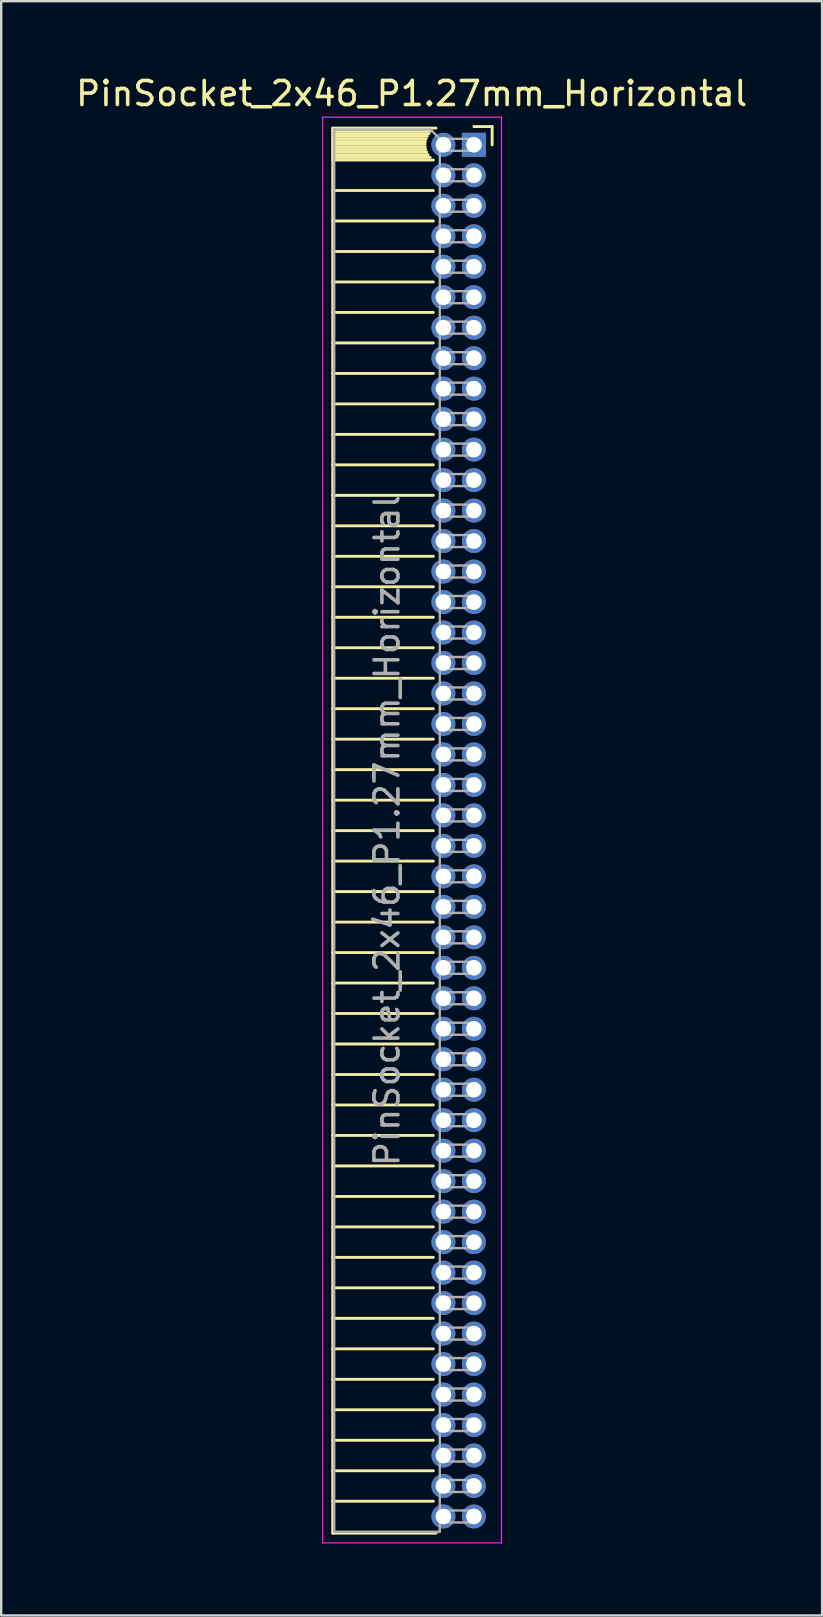
<source format=kicad_pcb>
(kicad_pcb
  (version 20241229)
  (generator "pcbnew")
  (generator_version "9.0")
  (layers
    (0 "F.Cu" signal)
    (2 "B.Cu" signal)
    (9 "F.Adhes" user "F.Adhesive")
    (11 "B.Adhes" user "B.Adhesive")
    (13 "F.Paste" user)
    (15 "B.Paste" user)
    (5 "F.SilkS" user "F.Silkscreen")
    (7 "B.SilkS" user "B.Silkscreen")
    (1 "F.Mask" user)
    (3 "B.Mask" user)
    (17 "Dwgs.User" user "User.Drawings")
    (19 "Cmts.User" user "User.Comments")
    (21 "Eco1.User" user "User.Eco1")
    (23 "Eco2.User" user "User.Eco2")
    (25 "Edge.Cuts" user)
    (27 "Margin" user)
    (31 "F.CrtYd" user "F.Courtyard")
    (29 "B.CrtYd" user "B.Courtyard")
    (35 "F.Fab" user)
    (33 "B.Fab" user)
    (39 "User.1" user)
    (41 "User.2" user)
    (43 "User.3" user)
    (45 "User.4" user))
  (footprint "PinSocket_2x46_P1.27mm_Horizontal"
    (layer "F.Cu")
    (at 16.694 2.983)
    (property "Reference" "PinSocket_2x46_P1.27mm_Horizontal" (at -2.592 -2.135 0) (layer "F.SilkS") (effects (font (size 1 1) (thickness 0.15))))
    (attr through_hole)
    (fp_line (start -5.88 -0.695) (end -5.88 57.845) (stroke (width 0.12) (type solid)) (layer "F.SilkS"))
    (fp_line (start -5.88 -0.695) (end -1.578 -0.695) (stroke (width 0.12) (type solid)) (layer "F.SilkS"))
    (fp_line (start -5.88 -0.575) (end -1.767 -0.575) (stroke (width 0.12) (type solid)) (layer "F.SilkS"))
    (fp_line (start -5.88 -0.465) (end -1.871 -0.465) (stroke (width 0.12) (type solid)) (layer "F.SilkS"))
    (fp_line (start -5.88 -0.355) (end -1.942 -0.355) (stroke (width 0.12) (type solid)) (layer "F.SilkS"))
    (fp_line (start -5.88 -0.245) (end -1.989 -0.245) (stroke (width 0.12) (type solid)) (layer "F.SilkS"))
    (fp_line (start -5.88 -0.135) (end -2.018 -0.135) (stroke (width 0.12) (type solid)) (layer "F.SilkS"))
    (fp_line (start -5.88 -0.025) (end -2.03 -0.025) (stroke (width 0.12) (type solid)) (layer "F.SilkS"))
    (fp_line (start -5.88 0.085) (end -2.025 0.085) (stroke (width 0.12) (type solid)) (layer "F.SilkS"))
    (fp_line (start -5.88 0.195) (end -2.005 0.195) (stroke (width 0.12) (type solid)) (layer "F.SilkS"))
    (fp_line (start -5.88 0.305) (end -1.966 0.305) (stroke (width 0.12) (type solid)) (layer "F.SilkS"))
    (fp_line (start -5.88 0.415) (end -1.907 0.415) (stroke (width 0.12) (type solid)) (layer "F.SilkS"))
    (fp_line (start -5.88 0.525) (end -1.82 0.525) (stroke (width 0.12) (type solid)) (layer "F.SilkS"))
    (fp_line (start -5.88 0.635) (end -1.688 0.635) (stroke (width 0.12) (type solid)) (layer "F.SilkS"))
    (fp_line (start -5.88 1.905) (end -1.688 1.905) (stroke (width 0.12) (type solid)) (layer "F.SilkS"))
    (fp_line (start -5.88 3.175) (end -1.688 3.175) (stroke (width 0.12) (type solid)) (layer "F.SilkS"))
    (fp_line (start -5.88 4.445) (end -1.688 4.445) (stroke (width 0.12) (type solid)) (layer "F.SilkS"))
    (fp_line (start -5.88 5.715) (end -1.688 5.715) (stroke (width 0.12) (type solid)) (layer "F.SilkS"))
    (fp_line (start -5.88 6.985) (end -1.688 6.985) (stroke (width 0.12) (type solid)) (layer "F.SilkS"))
    (fp_line (start -5.88 8.255) (end -1.688 8.255) (stroke (width 0.12) (type solid)) (layer "F.SilkS"))
    (fp_line (start -5.88 9.525) (end -1.688 9.525) (stroke (width 0.12) (type solid)) (layer "F.SilkS"))
    (fp_line (start -5.88 10.795) (end -1.688 10.795) (stroke (width 0.12) (type solid)) (layer "F.SilkS"))
    (fp_line (start -5.88 12.065) (end -1.688 12.065) (stroke (width 0.12) (type solid)) (layer "F.SilkS"))
    (fp_line (start -5.88 13.335) (end -1.688 13.335) (stroke (width 0.12) (type solid)) (layer "F.SilkS"))
    (fp_line (start -5.88 14.605) (end -1.688 14.605) (stroke (width 0.12) (type solid)) (layer "F.SilkS"))
    (fp_line (start -5.88 15.875) (end -1.688 15.875) (stroke (width 0.12) (type solid)) (layer "F.SilkS"))
    (fp_line (start -5.88 17.145) (end -1.688 17.145) (stroke (width 0.12) (type solid)) (layer "F.SilkS"))
    (fp_line (start -5.88 18.415) (end -1.688 18.415) (stroke (width 0.12) (type solid)) (layer "F.SilkS"))
    (fp_line (start -5.88 19.685) (end -1.688 19.685) (stroke (width 0.12) (type solid)) (layer "F.SilkS"))
    (fp_line (start -5.88 20.955) (end -1.688 20.955) (stroke (width 0.12) (type solid)) (layer "F.SilkS"))
    (fp_line (start -5.88 22.225) (end -1.688 22.225) (stroke (width 0.12) (type solid)) (layer "F.SilkS"))
    (fp_line (start -5.88 23.495) (end -1.688 23.495) (stroke (width 0.12) (type solid)) (layer "F.SilkS"))
    (fp_line (start -5.88 24.765) (end -1.688 24.765) (stroke (width 0.12) (type solid)) (layer "F.SilkS"))
    (fp_line (start -5.88 26.035) (end -1.688 26.035) (stroke (width 0.12) (type solid)) (layer "F.SilkS"))
    (fp_line (start -5.88 27.305) (end -1.688 27.305) (stroke (width 0.12) (type solid)) (layer "F.SilkS"))
    (fp_line (start -5.88 28.575) (end -1.688 28.575) (stroke (width 0.12) (type solid)) (layer "F.SilkS"))
    (fp_line (start -5.88 29.845) (end -1.688 29.845) (stroke (width 0.12) (type solid)) (layer "F.SilkS"))
    (fp_line (start -5.88 31.115) (end -1.688 31.115) (stroke (width 0.12) (type solid)) (layer "F.SilkS"))
    (fp_line (start -5.88 32.385) (end -1.688 32.385) (stroke (width 0.12) (type solid)) (layer "F.SilkS"))
    (fp_line (start -5.88 33.655) (end -1.688 33.655) (stroke (width 0.12) (type solid)) (layer "F.SilkS"))
    (fp_line (start -5.88 34.925) (end -1.688 34.925) (stroke (width 0.12) (type solid)) (layer "F.SilkS"))
    (fp_line (start -5.88 36.195) (end -1.688 36.195) (stroke (width 0.12) (type solid)) (layer "F.SilkS"))
    (fp_line (start -5.88 37.465) (end -1.688 37.465) (stroke (width 0.12) (type solid)) (layer "F.SilkS"))
    (fp_line (start -5.88 38.735) (end -1.688 38.735) (stroke (width 0.12) (type solid)) (layer "F.SilkS"))
    (fp_line (start -5.88 40.005) (end -1.688 40.005) (stroke (width 0.12) (type solid)) (layer "F.SilkS"))
    (fp_line (start -5.88 41.275) (end -1.688 41.275) (stroke (width 0.12) (type solid)) (layer "F.SilkS"))
    (fp_line (start -5.88 42.545) (end -1.688 42.545) (stroke (width 0.12) (type solid)) (layer "F.SilkS"))
    (fp_line (start -5.88 43.815) (end -1.688 43.815) (stroke (width 0.12) (type solid)) (layer "F.SilkS"))
    (fp_line (start -5.88 45.085) (end -1.688 45.085) (stroke (width 0.12) (type solid)) (layer "F.SilkS"))
    (fp_line (start -5.88 46.355) (end -1.688 46.355) (stroke (width 0.12) (type solid)) (layer "F.SilkS"))
    (fp_line (start -5.88 47.625) (end -1.688 47.625) (stroke (width 0.12) (type solid)) (layer "F.SilkS"))
    (fp_line (start -5.88 48.895) (end -1.688 48.895) (stroke (width 0.12) (type solid)) (layer "F.SilkS"))
    (fp_line (start -5.88 50.165) (end -1.688 50.165) (stroke (width 0.12) (type solid)) (layer "F.SilkS"))
    (fp_line (start -5.88 51.435) (end -1.688 51.435) (stroke (width 0.12) (type solid)) (layer "F.SilkS"))
    (fp_line (start -5.88 52.705) (end -1.688 52.705) (stroke (width 0.12) (type solid)) (layer "F.SilkS"))
    (fp_line (start -5.88 53.975) (end -1.688 53.975) (stroke (width 0.12) (type solid)) (layer "F.SilkS"))
    (fp_line (start -5.88 55.245) (end -1.688 55.245) (stroke (width 0.12) (type solid)) (layer "F.SilkS"))
    (fp_line (start -5.88 56.515) (end -1.688 56.515) (stroke (width 0.12) (type solid)) (layer "F.SilkS"))
    (fp_line (start -5.88 57.845) (end -1.578 57.845) (stroke (width 0.12) (type solid)) (layer "F.SilkS"))
    (fp_line (start 0 -0.76) (end 0.76 -0.76) (stroke (width 0.12) (type solid)) (layer "F.SilkS"))
    (fp_line (start 0.76 -0.76) (end 0.76 0) (stroke (width 0.12) (type solid)) (layer "F.SilkS"))
    (fp_line (start -6.3 -1.15) (end -6.3 58.25) (stroke (width 0.05) (type solid)) (layer "F.CrtYd"))
    (fp_line (start -6.3 58.25) (end 1.15 58.25) (stroke (width 0.05) (type solid)) (layer "F.CrtYd"))
    (fp_line (start 1.15 -1.15) (end -6.3 -1.15) (stroke (width 0.05) (type solid)) (layer "F.CrtYd"))
    (fp_line (start 1.15 58.25) (end 1.15 -1.15) (stroke (width 0.05) (type solid)) (layer "F.CrtYd"))
    (fp_line (start -5.82 -0.635) (end -1.805 -0.635) (stroke (width 0.1) (type solid)) (layer "F.Fab"))
    (fp_line (start -5.82 57.785) (end -5.82 -0.635) (stroke (width 0.1) (type solid)) (layer "F.Fab"))
    (fp_line (start -1.805 -0.635) (end -1.42 -0.25) (stroke (width 0.1) (type solid)) (layer "F.Fab"))
    (fp_line (start -1.42 -0.25) (end -1.42 57.785) (stroke (width 0.1) (type solid)) (layer "F.Fab"))
    (fp_line (start -1.42 0.25) (end 0 0.25) (stroke (width 0.1) (type solid)) (layer "F.Fab"))
    (fp_line (start -1.42 1.52) (end 0 1.52) (stroke (width 0.1) (type solid)) (layer "F.Fab"))
    (fp_line (start -1.42 2.79) (end 0 2.79) (stroke (width 0.1) (type solid)) (layer "F.Fab"))
    (fp_line (start -1.42 4.06) (end 0 4.06) (stroke (width 0.1) (type solid)) (layer "F.Fab"))
    (fp_line (start -1.42 5.33) (end 0 5.33) (stroke (width 0.1) (type solid)) (layer "F.Fab"))
    (fp_line (start -1.42 6.6) (end 0 6.6) (stroke (width 0.1) (type solid)) (layer "F.Fab"))
    (fp_line (start -1.42 7.87) (end 0 7.87) (stroke (width 0.1) (type solid)) (layer "F.Fab"))
    (fp_line (start -1.42 9.14) (end 0 9.14) (stroke (width 0.1) (type solid)) (layer "F.Fab"))
    (fp_line (start -1.42 10.41) (end 0 10.41) (stroke (width 0.1) (type solid)) (layer "F.Fab"))
    (fp_line (start -1.42 11.68) (end 0 11.68) (stroke (width 0.1) (type solid)) (layer "F.Fab"))
    (fp_line (start -1.42 12.95) (end 0 12.95) (stroke (width 0.1) (type solid)) (layer "F.Fab"))
    (fp_line (start -1.42 14.22) (end 0 14.22) (stroke (width 0.1) (type solid)) (layer "F.Fab"))
    (fp_line (start -1.42 15.49) (end 0 15.49) (stroke (width 0.1) (type solid)) (layer "F.Fab"))
    (fp_line (start -1.42 16.76) (end 0 16.76) (stroke (width 0.1) (type solid)) (layer "F.Fab"))
    (fp_line (start -1.42 18.03) (end 0 18.03) (stroke (width 0.1) (type solid)) (layer "F.Fab"))
    (fp_line (start -1.42 19.3) (end 0 19.3) (stroke (width 0.1) (type solid)) (layer "F.Fab"))
    (fp_line (start -1.42 20.57) (end 0 20.57) (stroke (width 0.1) (type solid)) (layer "F.Fab"))
    (fp_line (start -1.42 21.84) (end 0 21.84) (stroke (width 0.1) (type solid)) (layer "F.Fab"))
    (fp_line (start -1.42 23.11) (end 0 23.11) (stroke (width 0.1) (type solid)) (layer "F.Fab"))
    (fp_line (start -1.42 24.38) (end 0 24.38) (stroke (width 0.1) (type solid)) (layer "F.Fab"))
    (fp_line (start -1.42 25.65) (end 0 25.65) (stroke (width 0.1) (type solid)) (layer "F.Fab"))
    (fp_line (start -1.42 26.92) (end 0 26.92) (stroke (width 0.1) (type solid)) (layer "F.Fab"))
    (fp_line (start -1.42 28.19) (end 0 28.19) (stroke (width 0.1) (type solid)) (layer "F.Fab"))
    (fp_line (start -1.42 29.46) (end 0 29.46) (stroke (width 0.1) (type solid)) (layer "F.Fab"))
    (fp_line (start -1.42 30.73) (end 0 30.73) (stroke (width 0.1) (type solid)) (layer "F.Fab"))
    (fp_line (start -1.42 32) (end 0 32) (stroke (width 0.1) (type solid)) (layer "F.Fab"))
    (fp_line (start -1.42 33.27) (end 0 33.27) (stroke (width 0.1) (type solid)) (layer "F.Fab"))
    (fp_line (start -1.42 34.54) (end 0 34.54) (stroke (width 0.1) (type solid)) (layer "F.Fab"))
    (fp_line (start -1.42 35.81) (end 0 35.81) (stroke (width 0.1) (type solid)) (layer "F.Fab"))
    (fp_line (start -1.42 37.08) (end 0 37.08) (stroke (width 0.1) (type solid)) (layer "F.Fab"))
    (fp_line (start -1.42 38.35) (end 0 38.35) (stroke (width 0.1) (type solid)) (layer "F.Fab"))
    (fp_line (start -1.42 39.62) (end 0 39.62) (stroke (width 0.1) (type solid)) (layer "F.Fab"))
    (fp_line (start -1.42 40.89) (end 0 40.89) (stroke (width 0.1) (type solid)) (layer "F.Fab"))
    (fp_line (start -1.42 42.16) (end 0 42.16) (stroke (width 0.1) (type solid)) (layer "F.Fab"))
    (fp_line (start -1.42 43.43) (end 0 43.43) (stroke (width 0.1) (type solid)) (layer "F.Fab"))
    (fp_line (start -1.42 44.7) (end 0 44.7) (stroke (width 0.1) (type solid)) (layer "F.Fab"))
    (fp_line (start -1.42 45.97) (end 0 45.97) (stroke (width 0.1) (type solid)) (layer "F.Fab"))
    (fp_line (start -1.42 47.24) (end 0 47.24) (stroke (width 0.1) (type solid)) (layer "F.Fab"))
    (fp_line (start -1.42 48.51) (end 0 48.51) (stroke (width 0.1) (type solid)) (layer "F.Fab"))
    (fp_line (start -1.42 49.78) (end 0 49.78) (stroke (width 0.1) (type solid)) (layer "F.Fab"))
    (fp_line (start -1.42 51.05) (end 0 51.05) (stroke (width 0.1) (type solid)) (layer "F.Fab"))
    (fp_line (start -1.42 52.32) (end 0 52.32) (stroke (width 0.1) (type solid)) (layer "F.Fab"))
    (fp_line (start -1.42 53.59) (end 0 53.59) (stroke (width 0.1) (type solid)) (layer "F.Fab"))
    (fp_line (start -1.42 54.86) (end 0 54.86) (stroke (width 0.1) (type solid)) (layer "F.Fab"))
    (fp_line (start -1.42 56.13) (end 0 56.13) (stroke (width 0.1) (type solid)) (layer "F.Fab"))
    (fp_line (start -1.42 57.4) (end 0 57.4) (stroke (width 0.1) (type solid)) (layer "F.Fab"))
    (fp_line (start -1.42 57.785) (end -5.82 57.785) (stroke (width 0.1) (type solid)) (layer "F.Fab"))
    (fp_line (start 0 -0.25) (end -1.42 -0.25) (stroke (width 0.1) (type solid)) (layer "F.Fab"))
    (fp_line (start 0 0.25) (end 0 -0.25) (stroke (width 0.1) (type solid)) (layer "F.Fab"))
    (fp_line (start 0 1.02) (end -1.42 1.02) (stroke (width 0.1) (type solid)) (layer "F.Fab"))
    (fp_line (start 0 1.52) (end 0 1.02) (stroke (width 0.1) (type solid)) (layer "F.Fab"))
    (fp_line (start 0 2.29) (end -1.42 2.29) (stroke (width 0.1) (type solid)) (layer "F.Fab"))
    (fp_line (start 0 2.79) (end 0 2.29) (stroke (width 0.1) (type solid)) (layer "F.Fab"))
    (fp_line (start 0 3.56) (end -1.42 3.56) (stroke (width 0.1) (type solid)) (layer "F.Fab"))
    (fp_line (start 0 4.06) (end 0 3.56) (stroke (width 0.1) (type solid)) (layer "F.Fab"))
    (fp_line (start 0 4.83) (end -1.42 4.83) (stroke (width 0.1) (type solid)) (layer "F.Fab"))
    (fp_line (start 0 5.33) (end 0 4.83) (stroke (width 0.1) (type solid)) (layer "F.Fab"))
    (fp_line (start 0 6.1) (end -1.42 6.1) (stroke (width 0.1) (type solid)) (layer "F.Fab"))
    (fp_line (start 0 6.6) (end 0 6.1) (stroke (width 0.1) (type solid)) (layer "F.Fab"))
    (fp_line (start 0 7.37) (end -1.42 7.37) (stroke (width 0.1) (type solid)) (layer "F.Fab"))
    (fp_line (start 0 7.87) (end 0 7.37) (stroke (width 0.1) (type solid)) (layer "F.Fab"))
    (fp_line (start 0 8.64) (end -1.42 8.64) (stroke (width 0.1) (type solid)) (layer "F.Fab"))
    (fp_line (start 0 9.14) (end 0 8.64) (stroke (width 0.1) (type solid)) (layer "F.Fab"))
    (fp_line (start 0 9.91) (end -1.42 9.91) (stroke (width 0.1) (type solid)) (layer "F.Fab"))
    (fp_line (start 0 10.41) (end 0 9.91) (stroke (width 0.1) (type solid)) (layer "F.Fab"))
    (fp_line (start 0 11.18) (end -1.42 11.18) (stroke (width 0.1) (type solid)) (layer "F.Fab"))
    (fp_line (start 0 11.68) (end 0 11.18) (stroke (width 0.1) (type solid)) (layer "F.Fab"))
    (fp_line (start 0 12.45) (end -1.42 12.45) (stroke (width 0.1) (type solid)) (layer "F.Fab"))
    (fp_line (start 0 12.95) (end 0 12.45) (stroke (width 0.1) (type solid)) (layer "F.Fab"))
    (fp_line (start 0 13.72) (end -1.42 13.72) (stroke (width 0.1) (type solid)) (layer "F.Fab"))
    (fp_line (start 0 14.22) (end 0 13.72) (stroke (width 0.1) (type solid)) (layer "F.Fab"))
    (fp_line (start 0 14.99) (end -1.42 14.99) (stroke (width 0.1) (type solid)) (layer "F.Fab"))
    (fp_line (start 0 15.49) (end 0 14.99) (stroke (width 0.1) (type solid)) (layer "F.Fab"))
    (fp_line (start 0 16.26) (end -1.42 16.26) (stroke (width 0.1) (type solid)) (layer "F.Fab"))
    (fp_line (start 0 16.76) (end 0 16.26) (stroke (width 0.1) (type solid)) (layer "F.Fab"))
    (fp_line (start 0 17.53) (end -1.42 17.53) (stroke (width 0.1) (type solid)) (layer "F.Fab"))
    (fp_line (start 0 18.03) (end 0 17.53) (stroke (width 0.1) (type solid)) (layer "F.Fab"))
    (fp_line (start 0 18.8) (end -1.42 18.8) (stroke (width 0.1) (type solid)) (layer "F.Fab"))
    (fp_line (start 0 19.3) (end 0 18.8) (stroke (width 0.1) (type solid)) (layer "F.Fab"))
    (fp_line (start 0 20.07) (end -1.42 20.07) (stroke (width 0.1) (type solid)) (layer "F.Fab"))
    (fp_line (start 0 20.57) (end 0 20.07) (stroke (width 0.1) (type solid)) (layer "F.Fab"))
    (fp_line (start 0 21.34) (end -1.42 21.34) (stroke (width 0.1) (type solid)) (layer "F.Fab"))
    (fp_line (start 0 21.84) (end 0 21.34) (stroke (width 0.1) (type solid)) (layer "F.Fab"))
    (fp_line (start 0 22.61) (end -1.42 22.61) (stroke (width 0.1) (type solid)) (layer "F.Fab"))
    (fp_line (start 0 23.11) (end 0 22.61) (stroke (width 0.1) (type solid)) (layer "F.Fab"))
    (fp_line (start 0 23.88) (end -1.42 23.88) (stroke (width 0.1) (type solid)) (layer "F.Fab"))
    (fp_line (start 0 24.38) (end 0 23.88) (stroke (width 0.1) (type solid)) (layer "F.Fab"))
    (fp_line (start 0 25.15) (end -1.42 25.15) (stroke (width 0.1) (type solid)) (layer "F.Fab"))
    (fp_line (start 0 25.65) (end 0 25.15) (stroke (width 0.1) (type solid)) (layer "F.Fab"))
    (fp_line (start 0 26.42) (end -1.42 26.42) (stroke (width 0.1) (type solid)) (layer "F.Fab"))
    (fp_line (start 0 26.92) (end 0 26.42) (stroke (width 0.1) (type solid)) (layer "F.Fab"))
    (fp_line (start 0 27.69) (end -1.42 27.69) (stroke (width 0.1) (type solid)) (layer "F.Fab"))
    (fp_line (start 0 28.19) (end 0 27.69) (stroke (width 0.1) (type solid)) (layer "F.Fab"))
    (fp_line (start 0 28.96) (end -1.42 28.96) (stroke (width 0.1) (type solid)) (layer "F.Fab"))
    (fp_line (start 0 29.46) (end 0 28.96) (stroke (width 0.1) (type solid)) (layer "F.Fab"))
    (fp_line (start 0 30.23) (end -1.42 30.23) (stroke (width 0.1) (type solid)) (layer "F.Fab"))
    (fp_line (start 0 30.73) (end 0 30.23) (stroke (width 0.1) (type solid)) (layer "F.Fab"))
    (fp_line (start 0 31.5) (end -1.42 31.5) (stroke (width 0.1) (type solid)) (layer "F.Fab"))
    (fp_line (start 0 32) (end 0 31.5) (stroke (width 0.1) (type solid)) (layer "F.Fab"))
    (fp_line (start 0 32.77) (end -1.42 32.77) (stroke (width 0.1) (type solid)) (layer "F.Fab"))
    (fp_line (start 0 33.27) (end 0 32.77) (stroke (width 0.1) (type solid)) (layer "F.Fab"))
    (fp_line (start 0 34.04) (end -1.42 34.04) (stroke (width 0.1) (type solid)) (layer "F.Fab"))
    (fp_line (start 0 34.54) (end 0 34.04) (stroke (width 0.1) (type solid)) (layer "F.Fab"))
    (fp_line (start 0 35.31) (end -1.42 35.31) (stroke (width 0.1) (type solid)) (layer "F.Fab"))
    (fp_line (start 0 35.81) (end 0 35.31) (stroke (width 0.1) (type solid)) (layer "F.Fab"))
    (fp_line (start 0 36.58) (end -1.42 36.58) (stroke (width 0.1) (type solid)) (layer "F.Fab"))
    (fp_line (start 0 37.08) (end 0 36.58) (stroke (width 0.1) (type solid)) (layer "F.Fab"))
    (fp_line (start 0 37.85) (end -1.42 37.85) (stroke (width 0.1) (type solid)) (layer "F.Fab"))
    (fp_line (start 0 38.35) (end 0 37.85) (stroke (width 0.1) (type solid)) (layer "F.Fab"))
    (fp_line (start 0 39.12) (end -1.42 39.12) (stroke (width 0.1) (type solid)) (layer "F.Fab"))
    (fp_line (start 0 39.62) (end 0 39.12) (stroke (width 0.1) (type solid)) (layer "F.Fab"))
    (fp_line (start 0 40.39) (end -1.42 40.39) (stroke (width 0.1) (type solid)) (layer "F.Fab"))
    (fp_line (start 0 40.89) (end 0 40.39) (stroke (width 0.1) (type solid)) (layer "F.Fab"))
    (fp_line (start 0 41.66) (end -1.42 41.66) (stroke (width 0.1) (type solid)) (layer "F.Fab"))
    (fp_line (start 0 42.16) (end 0 41.66) (stroke (width 0.1) (type solid)) (layer "F.Fab"))
    (fp_line (start 0 42.93) (end -1.42 42.93) (stroke (width 0.1) (type solid)) (layer "F.Fab"))
    (fp_line (start 0 43.43) (end 0 42.93) (stroke (width 0.1) (type solid)) (layer "F.Fab"))
    (fp_line (start 0 44.2) (end -1.42 44.2) (stroke (width 0.1) (type solid)) (layer "F.Fab"))
    (fp_line (start 0 44.7) (end 0 44.2) (stroke (width 0.1) (type solid)) (layer "F.Fab"))
    (fp_line (start 0 45.47) (end -1.42 45.47) (stroke (width 0.1) (type solid)) (layer "F.Fab"))
    (fp_line (start 0 45.97) (end 0 45.47) (stroke (width 0.1) (type solid)) (layer "F.Fab"))
    (fp_line (start 0 46.74) (end -1.42 46.74) (stroke (width 0.1) (type solid)) (layer "F.Fab"))
    (fp_line (start 0 47.24) (end 0 46.74) (stroke (width 0.1) (type solid)) (layer "F.Fab"))
    (fp_line (start 0 48.01) (end -1.42 48.01) (stroke (width 0.1) (type solid)) (layer "F.Fab"))
    (fp_line (start 0 48.51) (end 0 48.01) (stroke (width 0.1) (type solid)) (layer "F.Fab"))
    (fp_line (start 0 49.28) (end -1.42 49.28) (stroke (width 0.1) (type solid)) (layer "F.Fab"))
    (fp_line (start 0 49.78) (end 0 49.28) (stroke (width 0.1) (type solid)) (layer "F.Fab"))
    (fp_line (start 0 50.55) (end -1.42 50.55) (stroke (width 0.1) (type solid)) (layer "F.Fab"))
    (fp_line (start 0 51.05) (end 0 50.55) (stroke (width 0.1) (type solid)) (layer "F.Fab"))
    (fp_line (start 0 51.82) (end -1.42 51.82) (stroke (width 0.1) (type solid)) (layer "F.Fab"))
    (fp_line (start 0 52.32) (end 0 51.82) (stroke (width 0.1) (type solid)) (layer "F.Fab"))
    (fp_line (start 0 53.09) (end -1.42 53.09) (stroke (width 0.1) (type solid)) (layer "F.Fab"))
    (fp_line (start 0 53.59) (end 0 53.09) (stroke (width 0.1) (type solid)) (layer "F.Fab"))
    (fp_line (start 0 54.36) (end -1.42 54.36) (stroke (width 0.1) (type solid)) (layer "F.Fab"))
    (fp_line (start 0 54.86) (end 0 54.36) (stroke (width 0.1) (type solid)) (layer "F.Fab"))
    (fp_line (start 0 55.63) (end -1.42 55.63) (stroke (width 0.1) (type solid)) (layer "F.Fab"))
    (fp_line (start 0 56.13) (end 0 55.63) (stroke (width 0.1) (type solid)) (layer "F.Fab"))
    (fp_line (start 0 56.9) (end -1.42 56.9) (stroke (width 0.1) (type solid)) (layer "F.Fab"))
    (fp_line (start 0 57.4) (end 0 56.9) (stroke (width 0.1) (type solid)) (layer "F.Fab"))
    (fp_text user "${REFERENCE}" (at -3.62 28.575 90) (layer "F.Fab") (effects (font (size 1 1) (thickness 0.15))))
    (pad "1" thru_hole rect (at 0 0) (size 1 1) (drill 0.65) (layers "*.Cu" "*.Mask"))
    (pad "2" thru_hole circle (at -1.27 0) (size 1 1) (drill 0.65) (layers "*.Cu" "*.Mask"))
    (pad "3" thru_hole circle (at 0 1.27) (size 1 1) (drill 0.65) (layers "*.Cu" "*.Mask"))
    (pad "4" thru_hole circle (at -1.27 1.27) (size 1 1) (drill 0.65) (layers "*.Cu" "*.Mask"))
    (pad "5" thru_hole circle (at 0 2.54) (size 1 1) (drill 0.65) (layers "*.Cu" "*.Mask"))
    (pad "6" thru_hole circle (at -1.27 2.54) (size 1 1) (drill 0.65) (layers "*.Cu" "*.Mask"))
    (pad "7" thru_hole circle (at 0 3.81) (size 1 1) (drill 0.65) (layers "*.Cu" "*.Mask"))
    (pad "8" thru_hole circle (at -1.27 3.81) (size 1 1) (drill 0.65) (layers "*.Cu" "*.Mask"))
    (pad "9" thru_hole circle (at 0 5.08) (size 1 1) (drill 0.65) (layers "*.Cu" "*.Mask"))
    (pad "10" thru_hole circle (at -1.27 5.08) (size 1 1) (drill 0.65) (layers "*.Cu" "*.Mask"))
    (pad "11" thru_hole circle (at 0 6.35) (size 1 1) (drill 0.65) (layers "*.Cu" "*.Mask"))
    (pad "12" thru_hole circle (at -1.27 6.35) (size 1 1) (drill 0.65) (layers "*.Cu" "*.Mask"))
    (pad "13" thru_hole circle (at 0 7.62) (size 1 1) (drill 0.65) (layers "*.Cu" "*.Mask"))
    (pad "14" thru_hole circle (at -1.27 7.62) (size 1 1) (drill 0.65) (layers "*.Cu" "*.Mask"))
    (pad "15" thru_hole circle (at 0 8.89) (size 1 1) (drill 0.65) (layers "*.Cu" "*.Mask"))
    (pad "16" thru_hole circle (at -1.27 8.89) (size 1 1) (drill 0.65) (layers "*.Cu" "*.Mask"))
    (pad "17" thru_hole circle (at 0 10.16) (size 1 1) (drill 0.65) (layers "*.Cu" "*.Mask"))
    (pad "18" thru_hole circle (at -1.27 10.16) (size 1 1) (drill 0.65) (layers "*.Cu" "*.Mask"))
    (pad "19" thru_hole circle (at 0 11.43) (size 1 1) (drill 0.65) (layers "*.Cu" "*.Mask"))
    (pad "20" thru_hole circle (at -1.27 11.43) (size 1 1) (drill 0.65) (layers "*.Cu" "*.Mask"))
    (pad "21" thru_hole circle (at 0 12.7) (size 1 1) (drill 0.65) (layers "*.Cu" "*.Mask"))
    (pad "22" thru_hole circle (at -1.27 12.7) (size 1 1) (drill 0.65) (layers "*.Cu" "*.Mask"))
    (pad "23" thru_hole circle (at 0 13.97) (size 1 1) (drill 0.65) (layers "*.Cu" "*.Mask"))
    (pad "24" thru_hole circle (at -1.27 13.97) (size 1 1) (drill 0.65) (layers "*.Cu" "*.Mask"))
    (pad "25" thru_hole circle (at 0 15.24) (size 1 1) (drill 0.65) (layers "*.Cu" "*.Mask"))
    (pad "26" thru_hole circle (at -1.27 15.24) (size 1 1) (drill 0.65) (layers "*.Cu" "*.Mask"))
    (pad "27" thru_hole circle (at 0 16.51) (size 1 1) (drill 0.65) (layers "*.Cu" "*.Mask"))
    (pad "28" thru_hole circle (at -1.27 16.51) (size 1 1) (drill 0.65) (layers "*.Cu" "*.Mask"))
    (pad "29" thru_hole circle (at 0 17.78) (size 1 1) (drill 0.65) (layers "*.Cu" "*.Mask"))
    (pad "30" thru_hole circle (at -1.27 17.78) (size 1 1) (drill 0.65) (layers "*.Cu" "*.Mask"))
    (pad "31" thru_hole circle (at 0 19.05) (size 1 1) (drill 0.65) (layers "*.Cu" "*.Mask"))
    (pad "32" thru_hole circle (at -1.27 19.05) (size 1 1) (drill 0.65) (layers "*.Cu" "*.Mask"))
    (pad "33" thru_hole circle (at 0 20.32) (size 1 1) (drill 0.65) (layers "*.Cu" "*.Mask"))
    (pad "34" thru_hole circle (at -1.27 20.32) (size 1 1) (drill 0.65) (layers "*.Cu" "*.Mask"))
    (pad "35" thru_hole circle (at 0 21.59) (size 1 1) (drill 0.65) (layers "*.Cu" "*.Mask"))
    (pad "36" thru_hole circle (at -1.27 21.59) (size 1 1) (drill 0.65) (layers "*.Cu" "*.Mask"))
    (pad "37" thru_hole circle (at 0 22.86) (size 1 1) (drill 0.65) (layers "*.Cu" "*.Mask"))
    (pad "38" thru_hole circle (at -1.27 22.86) (size 1 1) (drill 0.65) (layers "*.Cu" "*.Mask"))
    (pad "39" thru_hole circle (at 0 24.13) (size 1 1) (drill 0.65) (layers "*.Cu" "*.Mask"))
    (pad "40" thru_hole circle (at -1.27 24.13) (size 1 1) (drill 0.65) (layers "*.Cu" "*.Mask"))
    (pad "41" thru_hole circle (at 0 25.4) (size 1 1) (drill 0.65) (layers "*.Cu" "*.Mask"))
    (pad "42" thru_hole circle (at -1.27 25.4) (size 1 1) (drill 0.65) (layers "*.Cu" "*.Mask"))
    (pad "43" thru_hole circle (at 0 26.67) (size 1 1) (drill 0.65) (layers "*.Cu" "*.Mask"))
    (pad "44" thru_hole circle (at -1.27 26.67) (size 1 1) (drill 0.65) (layers "*.Cu" "*.Mask"))
    (pad "45" thru_hole circle (at 0 27.94) (size 1 1) (drill 0.65) (layers "*.Cu" "*.Mask"))
    (pad "46" thru_hole circle (at -1.27 27.94) (size 1 1) (drill 0.65) (layers "*.Cu" "*.Mask"))
    (pad "47" thru_hole circle (at 0 29.21) (size 1 1) (drill 0.65) (layers "*.Cu" "*.Mask"))
    (pad "48" thru_hole circle (at -1.27 29.21) (size 1 1) (drill 0.65) (layers "*.Cu" "*.Mask"))
    (pad "49" thru_hole circle (at 0 30.48) (size 1 1) (drill 0.65) (layers "*.Cu" "*.Mask"))
    (pad "50" thru_hole circle (at -1.27 30.48) (size 1 1) (drill 0.65) (layers "*.Cu" "*.Mask"))
    (pad "51" thru_hole circle (at 0 31.75) (size 1 1) (drill 0.65) (layers "*.Cu" "*.Mask"))
    (pad "52" thru_hole circle (at -1.27 31.75) (size 1 1) (drill 0.65) (layers "*.Cu" "*.Mask"))
    (pad "53" thru_hole circle (at 0 33.02) (size 1 1) (drill 0.65) (layers "*.Cu" "*.Mask"))
    (pad "54" thru_hole circle (at -1.27 33.02) (size 1 1) (drill 0.65) (layers "*.Cu" "*.Mask"))
    (pad "55" thru_hole circle (at 0 34.29) (size 1 1) (drill 0.65) (layers "*.Cu" "*.Mask"))
    (pad "56" thru_hole circle (at -1.27 34.29) (size 1 1) (drill 0.65) (layers "*.Cu" "*.Mask"))
    (pad "57" thru_hole circle (at 0 35.56) (size 1 1) (drill 0.65) (layers "*.Cu" "*.Mask"))
    (pad "58" thru_hole circle (at -1.27 35.56) (size 1 1) (drill 0.65) (layers "*.Cu" "*.Mask"))
    (pad "59" thru_hole circle (at 0 36.83) (size 1 1) (drill 0.65) (layers "*.Cu" "*.Mask"))
    (pad "60" thru_hole circle (at -1.27 36.83) (size 1 1) (drill 0.65) (layers "*.Cu" "*.Mask"))
    (pad "61" thru_hole circle (at 0 38.1) (size 1 1) (drill 0.65) (layers "*.Cu" "*.Mask"))
    (pad "62" thru_hole circle (at -1.27 38.1) (size 1 1) (drill 0.65) (layers "*.Cu" "*.Mask"))
    (pad "63" thru_hole circle (at 0 39.37) (size 1 1) (drill 0.65) (layers "*.Cu" "*.Mask"))
    (pad "64" thru_hole circle (at -1.27 39.37) (size 1 1) (drill 0.65) (layers "*.Cu" "*.Mask"))
    (pad "65" thru_hole circle (at 0 40.64) (size 1 1) (drill 0.65) (layers "*.Cu" "*.Mask"))
    (pad "66" thru_hole circle (at -1.27 40.64) (size 1 1) (drill 0.65) (layers "*.Cu" "*.Mask"))
    (pad "67" thru_hole circle (at 0 41.91) (size 1 1) (drill 0.65) (layers "*.Cu" "*.Mask"))
    (pad "68" thru_hole circle (at -1.27 41.91) (size 1 1) (drill 0.65) (layers "*.Cu" "*.Mask"))
    (pad "69" thru_hole circle (at 0 43.18) (size 1 1) (drill 0.65) (layers "*.Cu" "*.Mask"))
    (pad "70" thru_hole circle (at -1.27 43.18) (size 1 1) (drill 0.65) (layers "*.Cu" "*.Mask"))
    (pad "71" thru_hole circle (at 0 44.45) (size 1 1) (drill 0.65) (layers "*.Cu" "*.Mask"))
    (pad "72" thru_hole circle (at -1.27 44.45) (size 1 1) (drill 0.65) (layers "*.Cu" "*.Mask"))
    (pad "73" thru_hole circle (at 0 45.72) (size 1 1) (drill 0.65) (layers "*.Cu" "*.Mask"))
    (pad "74" thru_hole circle (at -1.27 45.72) (size 1 1) (drill 0.65) (layers "*.Cu" "*.Mask"))
    (pad "75" thru_hole circle (at 0 46.99) (size 1 1) (drill 0.65) (layers "*.Cu" "*.Mask"))
    (pad "76" thru_hole circle (at -1.27 46.99) (size 1 1) (drill 0.65) (layers "*.Cu" "*.Mask"))
    (pad "77" thru_hole circle (at 0 48.26) (size 1 1) (drill 0.65) (layers "*.Cu" "*.Mask"))
    (pad "78" thru_hole circle (at -1.27 48.26) (size 1 1) (drill 0.65) (layers "*.Cu" "*.Mask"))
    (pad "79" thru_hole circle (at 0 49.53) (size 1 1) (drill 0.65) (layers "*.Cu" "*.Mask"))
    (pad "80" thru_hole circle (at -1.27 49.53) (size 1 1) (drill 0.65) (layers "*.Cu" "*.Mask"))
    (pad "81" thru_hole circle (at 0 50.8) (size 1 1) (drill 0.65) (layers "*.Cu" "*.Mask"))
    (pad "82" thru_hole circle (at -1.27 50.8) (size 1 1) (drill 0.65) (layers "*.Cu" "*.Mask"))
    (pad "83" thru_hole circle (at 0 52.07) (size 1 1) (drill 0.65) (layers "*.Cu" "*.Mask"))
    (pad "84" thru_hole circle (at -1.27 52.07) (size 1 1) (drill 0.65) (layers "*.Cu" "*.Mask"))
    (pad "85" thru_hole circle (at 0 53.34) (size 1 1) (drill 0.65) (layers "*.Cu" "*.Mask"))
    (pad "86" thru_hole circle (at -1.27 53.34) (size 1 1) (drill 0.65) (layers "*.Cu" "*.Mask"))
    (pad "87" thru_hole circle (at 0 54.61) (size 1 1) (drill 0.65) (layers "*.Cu" "*.Mask"))
    (pad "88" thru_hole circle (at -1.27 54.61) (size 1 1) (drill 0.65) (layers "*.Cu" "*.Mask"))
    (pad "89" thru_hole circle (at 0 55.88) (size 1 1) (drill 0.65) (layers "*.Cu" "*.Mask"))
    (pad "90" thru_hole circle (at -1.27 55.88) (size 1 1) (drill 0.65) (layers "*.Cu" "*.Mask"))
    (pad "91" thru_hole circle (at 0 57.15) (size 1 1) (drill 0.65) (layers "*.Cu" "*.Mask"))
    (pad "92" thru_hole circle (at -1.27 57.15) (size 1 1) (drill 0.65) (layers "*.Cu" "*.Mask")))
  (gr_rect
    (start -3 -3)
    (end 31.202 64.258)
    (stroke (width 0.1) (type default))
    (fill no)
    (layer "Edge.Cuts")))
</source>
